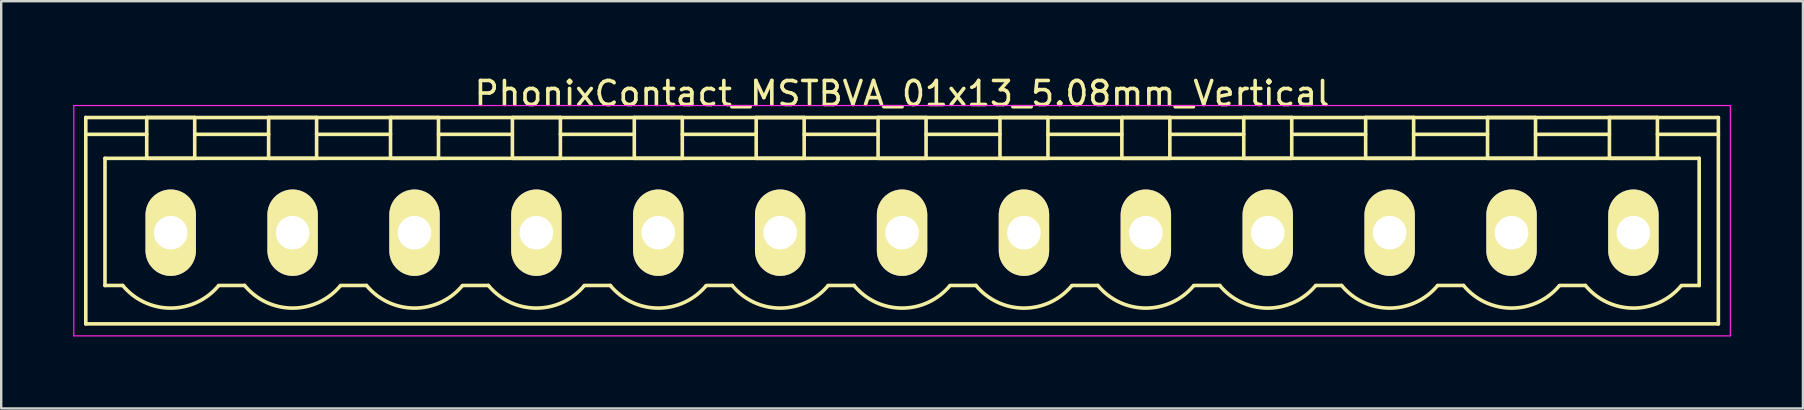
<source format=kicad_pcb>
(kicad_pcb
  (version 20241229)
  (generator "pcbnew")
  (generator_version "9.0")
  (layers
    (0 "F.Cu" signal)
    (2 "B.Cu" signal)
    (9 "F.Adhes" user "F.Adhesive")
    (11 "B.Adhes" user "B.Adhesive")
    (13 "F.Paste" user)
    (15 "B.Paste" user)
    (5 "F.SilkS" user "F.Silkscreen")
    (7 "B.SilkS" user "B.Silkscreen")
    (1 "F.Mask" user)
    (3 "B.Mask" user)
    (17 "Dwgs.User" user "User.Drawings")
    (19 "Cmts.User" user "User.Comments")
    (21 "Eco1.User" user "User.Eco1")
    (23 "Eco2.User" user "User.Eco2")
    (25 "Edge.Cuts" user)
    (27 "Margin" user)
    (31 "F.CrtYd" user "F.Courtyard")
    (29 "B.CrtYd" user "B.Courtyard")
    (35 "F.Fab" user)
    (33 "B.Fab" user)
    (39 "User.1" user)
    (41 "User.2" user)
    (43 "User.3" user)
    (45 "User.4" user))
  (footprint "PhonixContact_MSTBVA_01x13_5.08mm_Vertical"
    (layer "F.Cu")
    (at 4.065 6.648)
    (property "Reference" "PhonixContact_MSTBVA_01x13_5.08mm_Vertical" (at 30.48 -5.8 0) (layer "F.SilkS") (effects (font (size 1 1) (thickness 0.15))))
    (attr through_hole)
    (fp_line (start -3.54 -4.8) (end -3.54 3.8) (stroke (width 0.15) (type solid)) (layer "F.SilkS"))
    (fp_line (start -3.54 -4.1) (end -1 -4.1) (stroke (width 0.15) (type solid)) (layer "F.SilkS"))
    (fp_line (start -3.54 3.8) (end 64.5 3.8) (stroke (width 0.15) (type solid)) (layer "F.SilkS"))
    (fp_line (start -2.74 -3.1) (end 63.7 -3.1) (stroke (width 0.15) (type solid)) (layer "F.SilkS"))
    (fp_line (start -2.74 2.2) (end -2.74 -3.1) (stroke (width 0.15) (type solid)) (layer "F.SilkS"))
    (fp_line (start -2 2.2) (end -2.74 2.2) (stroke (width 0.15) (type solid)) (layer "F.SilkS"))
    (fp_line (start -1 -4.8) (end 1 -4.8) (stroke (width 0.15) (type solid)) (layer "F.SilkS"))
    (fp_line (start -1 -3.1) (end -1 -4.8) (stroke (width 0.15) (type solid)) (layer "F.SilkS"))
    (fp_line (start 1 -4.8) (end 1 -3.1) (stroke (width 0.15) (type solid)) (layer "F.SilkS"))
    (fp_line (start 1 -4.1) (end 4.08 -4.1) (stroke (width 0.15) (type solid)) (layer "F.SilkS"))
    (fp_line (start 1 -3.1) (end -1 -3.1) (stroke (width 0.15) (type solid)) (layer "F.SilkS"))
    (fp_line (start 2 2.2) (end 3.08 2.2) (stroke (width 0.15) (type solid)) (layer "F.SilkS"))
    (fp_line (start 4.08 -4.8) (end 6.08 -4.8) (stroke (width 0.15) (type solid)) (layer "F.SilkS"))
    (fp_line (start 4.08 -3.1) (end 4.08 -4.8) (stroke (width 0.15) (type solid)) (layer "F.SilkS"))
    (fp_line (start 6.08 -4.8) (end 6.08 -3.1) (stroke (width 0.15) (type solid)) (layer "F.SilkS"))
    (fp_line (start 6.08 -4.1) (end 9.16 -4.1) (stroke (width 0.15) (type solid)) (layer "F.SilkS"))
    (fp_line (start 6.08 -3.1) (end 4.08 -3.1) (stroke (width 0.15) (type solid)) (layer "F.SilkS"))
    (fp_line (start 7.08 2.2) (end 8.16 2.2) (stroke (width 0.15) (type solid)) (layer "F.SilkS"))
    (fp_line (start 9.16 -4.8) (end 11.16 -4.8) (stroke (width 0.15) (type solid)) (layer "F.SilkS"))
    (fp_line (start 9.16 -3.1) (end 9.16 -4.8) (stroke (width 0.15) (type solid)) (layer "F.SilkS"))
    (fp_line (start 11.16 -4.8) (end 11.16 -3.1) (stroke (width 0.15) (type solid)) (layer "F.SilkS"))
    (fp_line (start 11.16 -4.1) (end 14.24 -4.1) (stroke (width 0.15) (type solid)) (layer "F.SilkS"))
    (fp_line (start 11.16 -3.1) (end 9.16 -3.1) (stroke (width 0.15) (type solid)) (layer "F.SilkS"))
    (fp_line (start 12.16 2.2) (end 13.24 2.2) (stroke (width 0.15) (type solid)) (layer "F.SilkS"))
    (fp_line (start 14.24 -4.8) (end 16.24 -4.8) (stroke (width 0.15) (type solid)) (layer "F.SilkS"))
    (fp_line (start 14.24 -3.1) (end 14.24 -4.8) (stroke (width 0.15) (type solid)) (layer "F.SilkS"))
    (fp_line (start 16.24 -4.8) (end 16.24 -3.1) (stroke (width 0.15) (type solid)) (layer "F.SilkS"))
    (fp_line (start 16.24 -4.1) (end 19.32 -4.1) (stroke (width 0.15) (type solid)) (layer "F.SilkS"))
    (fp_line (start 16.24 -3.1) (end 14.24 -3.1) (stroke (width 0.15) (type solid)) (layer "F.SilkS"))
    (fp_line (start 17.24 2.2) (end 18.32 2.2) (stroke (width 0.15) (type solid)) (layer "F.SilkS"))
    (fp_line (start 19.32 -4.8) (end 21.32 -4.8) (stroke (width 0.15) (type solid)) (layer "F.SilkS"))
    (fp_line (start 19.32 -3.1) (end 19.32 -4.8) (stroke (width 0.15) (type solid)) (layer "F.SilkS"))
    (fp_line (start 21.32 -4.8) (end 21.32 -3.1) (stroke (width 0.15) (type solid)) (layer "F.SilkS"))
    (fp_line (start 21.32 -4.1) (end 24.4 -4.1) (stroke (width 0.15) (type solid)) (layer "F.SilkS"))
    (fp_line (start 21.32 -3.1) (end 19.32 -3.1) (stroke (width 0.15) (type solid)) (layer "F.SilkS"))
    (fp_line (start 22.32 2.2) (end 23.4 2.2) (stroke (width 0.15) (type solid)) (layer "F.SilkS"))
    (fp_line (start 24.4 -4.8) (end 26.4 -4.8) (stroke (width 0.15) (type solid)) (layer "F.SilkS"))
    (fp_line (start 24.4 -3.1) (end 24.4 -4.8) (stroke (width 0.15) (type solid)) (layer "F.SilkS"))
    (fp_line (start 26.4 -4.8) (end 26.4 -3.1) (stroke (width 0.15) (type solid)) (layer "F.SilkS"))
    (fp_line (start 26.4 -4.1) (end 29.48 -4.1) (stroke (width 0.15) (type solid)) (layer "F.SilkS"))
    (fp_line (start 26.4 -3.1) (end 24.4 -3.1) (stroke (width 0.15) (type solid)) (layer "F.SilkS"))
    (fp_line (start 27.4 2.2) (end 28.48 2.2) (stroke (width 0.15) (type solid)) (layer "F.SilkS"))
    (fp_line (start 29.48 -4.8) (end 31.48 -4.8) (stroke (width 0.15) (type solid)) (layer "F.SilkS"))
    (fp_line (start 29.48 -3.1) (end 29.48 -4.8) (stroke (width 0.15) (type solid)) (layer "F.SilkS"))
    (fp_line (start 31.48 -4.8) (end 31.48 -3.1) (stroke (width 0.15) (type solid)) (layer "F.SilkS"))
    (fp_line (start 31.48 -4.1) (end 34.56 -4.1) (stroke (width 0.15) (type solid)) (layer "F.SilkS"))
    (fp_line (start 31.48 -3.1) (end 29.48 -3.1) (stroke (width 0.15) (type solid)) (layer "F.SilkS"))
    (fp_line (start 32.48 2.2) (end 33.56 2.2) (stroke (width 0.15) (type solid)) (layer "F.SilkS"))
    (fp_line (start 34.56 -4.8) (end 36.56 -4.8) (stroke (width 0.15) (type solid)) (layer "F.SilkS"))
    (fp_line (start 34.56 -3.1) (end 34.56 -4.8) (stroke (width 0.15) (type solid)) (layer "F.SilkS"))
    (fp_line (start 36.56 -4.8) (end 36.56 -3.1) (stroke (width 0.15) (type solid)) (layer "F.SilkS"))
    (fp_line (start 36.56 -4.1) (end 39.64 -4.1) (stroke (width 0.15) (type solid)) (layer "F.SilkS"))
    (fp_line (start 36.56 -3.1) (end 34.56 -3.1) (stroke (width 0.15) (type solid)) (layer "F.SilkS"))
    (fp_line (start 37.56 2.2) (end 38.64 2.2) (stroke (width 0.15) (type solid)) (layer "F.SilkS"))
    (fp_line (start 39.64 -4.8) (end 41.64 -4.8) (stroke (width 0.15) (type solid)) (layer "F.SilkS"))
    (fp_line (start 39.64 -3.1) (end 39.64 -4.8) (stroke (width 0.15) (type solid)) (layer "F.SilkS"))
    (fp_line (start 41.64 -4.8) (end 41.64 -3.1) (stroke (width 0.15) (type solid)) (layer "F.SilkS"))
    (fp_line (start 41.64 -4.1) (end 44.72 -4.1) (stroke (width 0.15) (type solid)) (layer "F.SilkS"))
    (fp_line (start 41.64 -3.1) (end 39.64 -3.1) (stroke (width 0.15) (type solid)) (layer "F.SilkS"))
    (fp_line (start 42.64 2.2) (end 43.72 2.2) (stroke (width 0.15) (type solid)) (layer "F.SilkS"))
    (fp_line (start 44.72 -4.8) (end 46.72 -4.8) (stroke (width 0.15) (type solid)) (layer "F.SilkS"))
    (fp_line (start 44.72 -3.1) (end 44.72 -4.8) (stroke (width 0.15) (type solid)) (layer "F.SilkS"))
    (fp_line (start 46.72 -4.8) (end 46.72 -3.1) (stroke (width 0.15) (type solid)) (layer "F.SilkS"))
    (fp_line (start 46.72 -4.1) (end 49.8 -4.1) (stroke (width 0.15) (type solid)) (layer "F.SilkS"))
    (fp_line (start 46.72 -3.1) (end 44.72 -3.1) (stroke (width 0.15) (type solid)) (layer "F.SilkS"))
    (fp_line (start 47.72 2.2) (end 48.8 2.2) (stroke (width 0.15) (type solid)) (layer "F.SilkS"))
    (fp_line (start 49.8 -4.8) (end 51.8 -4.8) (stroke (width 0.15) (type solid)) (layer "F.SilkS"))
    (fp_line (start 49.8 -3.1) (end 49.8 -4.8) (stroke (width 0.15) (type solid)) (layer "F.SilkS"))
    (fp_line (start 51.8 -4.8) (end 51.8 -3.1) (stroke (width 0.15) (type solid)) (layer "F.SilkS"))
    (fp_line (start 51.8 -4.1) (end 54.88 -4.1) (stroke (width 0.15) (type solid)) (layer "F.SilkS"))
    (fp_line (start 51.8 -3.1) (end 49.8 -3.1) (stroke (width 0.15) (type solid)) (layer "F.SilkS"))
    (fp_line (start 52.8 2.2) (end 53.88 2.2) (stroke (width 0.15) (type solid)) (layer "F.SilkS"))
    (fp_line (start 54.88 -4.8) (end 56.88 -4.8) (stroke (width 0.15) (type solid)) (layer "F.SilkS"))
    (fp_line (start 54.88 -3.1) (end 54.88 -4.8) (stroke (width 0.15) (type solid)) (layer "F.SilkS"))
    (fp_line (start 56.88 -4.8) (end 56.88 -3.1) (stroke (width 0.15) (type solid)) (layer "F.SilkS"))
    (fp_line (start 56.88 -4.1) (end 59.96 -4.1) (stroke (width 0.15) (type solid)) (layer "F.SilkS"))
    (fp_line (start 56.88 -3.1) (end 54.88 -3.1) (stroke (width 0.15) (type solid)) (layer "F.SilkS"))
    (fp_line (start 57.88 2.2) (end 58.96 2.2) (stroke (width 0.15) (type solid)) (layer "F.SilkS"))
    (fp_line (start 59.96 -4.8) (end 61.96 -4.8) (stroke (width 0.15) (type solid)) (layer "F.SilkS"))
    (fp_line (start 59.96 -3.1) (end 59.96 -4.8) (stroke (width 0.15) (type solid)) (layer "F.SilkS"))
    (fp_line (start 61.96 -4.8) (end 61.96 -3.1) (stroke (width 0.15) (type solid)) (layer "F.SilkS"))
    (fp_line (start 61.96 -3.1) (end 59.96 -3.1) (stroke (width 0.15) (type solid)) (layer "F.SilkS"))
    (fp_line (start 63.7 -3.1) (end 63.7 2.2) (stroke (width 0.15) (type solid)) (layer "F.SilkS"))
    (fp_line (start 63.7 2.2) (end 62.96 2.2) (stroke (width 0.15) (type solid)) (layer "F.SilkS"))
    (fp_line (start 64.5 -4.8) (end -3.54 -4.8) (stroke (width 0.15) (type solid)) (layer "F.SilkS"))
    (fp_line (start 64.5 -4.1) (end 61.96 -4.1) (stroke (width 0.15) (type solid)) (layer "F.SilkS"))
    (fp_line (start 64.5 3.8) (end 64.5 -4.8) (stroke (width 0.15) (type solid)) (layer "F.SilkS"))
    (fp_arc (start 1.986842 2.215821) (mid -0.010289 3.142758) (end -2 2.2) (stroke (width 0.15) (type solid)) (layer "F.SilkS"))
    (fp_arc (start 7.066842 2.215821) (mid 5.069711 3.142758) (end 3.08 2.2) (stroke (width 0.15) (type solid)) (layer "F.SilkS"))
    (fp_arc (start 12.146842 2.215821) (mid 10.149711 3.142758) (end 8.16 2.2) (stroke (width 0.15) (type solid)) (layer "F.SilkS"))
    (fp_arc (start 17.226842 2.215821) (mid 15.229711 3.142758) (end 13.24 2.2) (stroke (width 0.15) (type solid)) (layer "F.SilkS"))
    (fp_arc (start 22.306842 2.215821) (mid 20.309711 3.142758) (end 18.32 2.2) (stroke (width 0.15) (type solid)) (layer "F.SilkS"))
    (fp_arc (start 27.386842 2.215821) (mid 25.389711 3.142758) (end 23.4 2.2) (stroke (width 0.15) (type solid)) (layer "F.SilkS"))
    (fp_arc (start 32.466842 2.215821) (mid 30.469711 3.142758) (end 28.48 2.2) (stroke (width 0.15) (type solid)) (layer "F.SilkS"))
    (fp_arc (start 37.546842 2.215821) (mid 35.549711 3.142758) (end 33.56 2.2) (stroke (width 0.15) (type solid)) (layer "F.SilkS"))
    (fp_arc (start 42.626842 2.215821) (mid 40.629711 3.142758) (end 38.64 2.2) (stroke (width 0.15) (type solid)) (layer "F.SilkS"))
    (fp_arc (start 47.706842 2.215821) (mid 45.709711 3.142758) (end 43.72 2.2) (stroke (width 0.15) (type solid)) (layer "F.SilkS"))
    (fp_arc (start 52.786842 2.215821) (mid 50.789711 3.142758) (end 48.8 2.2) (stroke (width 0.15) (type solid)) (layer "F.SilkS"))
    (fp_arc (start 57.866842 2.215821) (mid 55.869711 3.142758) (end 53.88 2.2) (stroke (width 0.15) (type solid)) (layer "F.SilkS"))
    (fp_arc (start 62.946842 2.215821) (mid 60.949711 3.142758) (end 58.96 2.2) (stroke (width 0.15) (type solid)) (layer "F.SilkS"))
    (fp_line (start -4.04 -5.3) (end -4.04 4.3) (stroke (width 0.05) (type solid)) (layer "F.CrtYd"))
    (fp_line (start -4.04 4.3) (end 65 4.3) (stroke (width 0.05) (type solid)) (layer "F.CrtYd"))
    (fp_line (start 65 -5.3) (end -4.04 -5.3) (stroke (width 0.05) (type solid)) (layer "F.CrtYd"))
    (fp_line (start 65 4.3) (end 65 -5.3) (stroke (width 0.05) (type solid)) (layer "F.CrtYd"))
    (pad "1" thru_hole oval (at 0 0) (size 2.1 3.6) (drill 1.4) (layers "*.Cu" "*.Mask" "F.SilkS"))
    (pad "2" thru_hole oval (at 5.08 0) (size 2.1 3.6) (drill 1.4) (layers "*.Cu" "*.Mask" "F.SilkS"))
    (pad "3" thru_hole oval (at 10.16 0) (size 2.1 3.6) (drill 1.4) (layers "*.Cu" "*.Mask" "F.SilkS"))
    (pad "4" thru_hole oval (at 15.24 0) (size 2.1 3.6) (drill 1.4) (layers "*.Cu" "*.Mask" "F.SilkS"))
    (pad "5" thru_hole oval (at 20.32 0) (size 2.1 3.6) (drill 1.4) (layers "*.Cu" "*.Mask" "F.SilkS"))
    (pad "6" thru_hole oval (at 25.4 0) (size 2.1 3.6) (drill 1.4) (layers "*.Cu" "*.Mask" "F.SilkS"))
    (pad "7" thru_hole oval (at 30.48 0) (size 2.1 3.6) (drill 1.4) (layers "*.Cu" "*.Mask" "F.SilkS"))
    (pad "8" thru_hole oval (at 35.56 0) (size 2.1 3.6) (drill 1.4) (layers "*.Cu" "*.Mask" "F.SilkS"))
    (pad "9" thru_hole oval (at 40.64 0) (size 2.1 3.6) (drill 1.4) (layers "*.Cu" "*.Mask" "F.SilkS"))
    (pad "10" thru_hole oval (at 45.72 0) (size 2.1 3.6) (drill 1.4) (layers "*.Cu" "*.Mask" "F.SilkS"))
    (pad "11" thru_hole oval (at 50.8 0) (size 2.1 3.6) (drill 1.4) (layers "*.Cu" "*.Mask" "F.SilkS"))
    (pad "12" thru_hole oval (at 55.88 0) (size 2.1 3.6) (drill 1.4) (layers "*.Cu" "*.Mask" "F.SilkS"))
    (pad "13" thru_hole oval (at 60.96 0) (size 2.1 3.6) (drill 1.4) (layers "*.Cu" "*.Mask" "F.SilkS")))
  (gr_rect
    (start -3 -3)
    (end 72.09 13.973)
    (stroke (width 0.1) (type default))
    (fill no)
    (layer "Edge.Cuts")))
</source>
